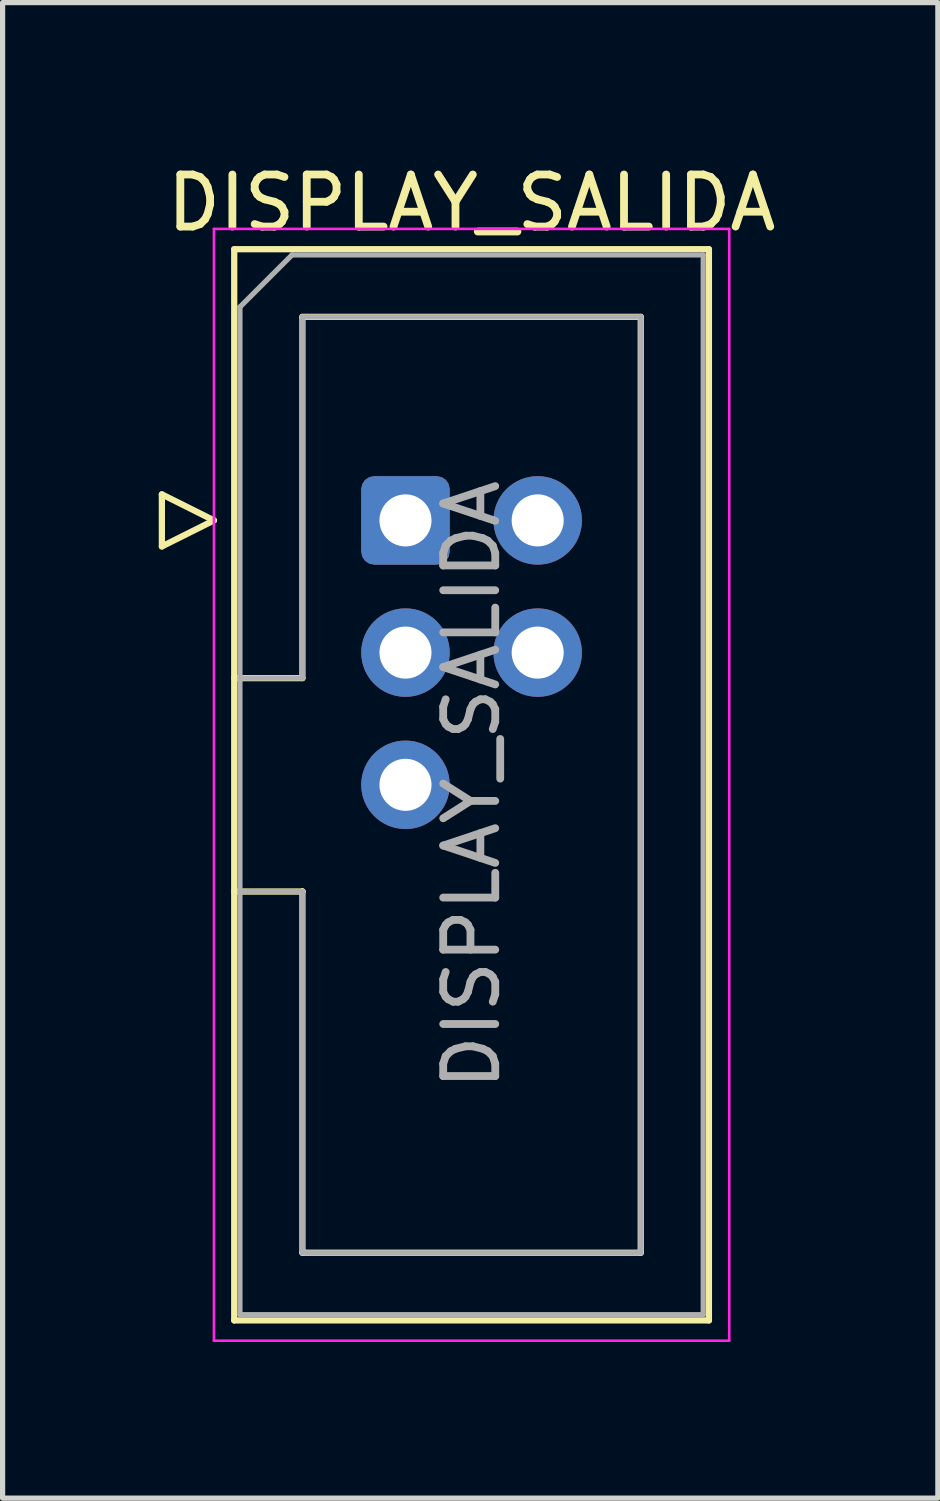
<source format=kicad_pcb>
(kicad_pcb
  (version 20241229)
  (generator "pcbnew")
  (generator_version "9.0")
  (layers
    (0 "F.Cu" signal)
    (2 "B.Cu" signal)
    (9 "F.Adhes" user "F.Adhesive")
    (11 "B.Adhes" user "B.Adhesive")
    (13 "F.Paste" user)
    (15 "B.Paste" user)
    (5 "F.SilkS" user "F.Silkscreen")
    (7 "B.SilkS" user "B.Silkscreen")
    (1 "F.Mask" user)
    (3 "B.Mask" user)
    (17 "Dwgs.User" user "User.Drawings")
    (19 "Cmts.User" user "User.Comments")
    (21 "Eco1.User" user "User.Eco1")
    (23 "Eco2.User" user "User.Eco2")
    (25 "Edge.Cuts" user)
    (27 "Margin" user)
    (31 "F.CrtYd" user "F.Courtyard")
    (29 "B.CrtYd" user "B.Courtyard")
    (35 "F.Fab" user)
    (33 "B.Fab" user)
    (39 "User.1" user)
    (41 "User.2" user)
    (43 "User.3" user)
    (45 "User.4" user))
  (footprint "DISPLAY_SALIDA"
    (layer "F.Cu")
    (at 4.74 6.948)
    (property "Reference" "DISPLAY_SALIDA" (at 1.27 -6.1 0) (layer "F.SilkS") (effects (font (size 1 1) (thickness 0.15))))
    (attr through_hole)
    (fp_line (start -4.68 -0.5) (end -4.68 0.5) (stroke (width 0.12) (type solid)) (layer "F.SilkS"))
    (fp_line (start -4.68 0.5) (end -3.68 0) (stroke (width 0.12) (type solid)) (layer "F.SilkS"))
    (fp_line (start -3.68 0) (end -4.68 -0.5) (stroke (width 0.12) (type solid)) (layer "F.SilkS"))
    (fp_line (start -3.29 -5.21) (end 5.83 -5.21) (stroke (width 0.12) (type solid)) (layer "F.SilkS"))
    (fp_line (start -3.29 3.03) (end -1.98 3.03) (stroke (width 0.12) (type solid)) (layer "F.SilkS"))
    (fp_line (start -3.29 15.37) (end -3.29 -5.21) (stroke (width 0.12) (type solid)) (layer "F.SilkS"))
    (fp_line (start -1.98 -3.91) (end 4.52 -3.91) (stroke (width 0.12) (type solid)) (layer "F.SilkS"))
    (fp_line (start -1.98 3.03) (end -1.98 -3.91) (stroke (width 0.12) (type solid)) (layer "F.SilkS"))
    (fp_line (start -1.98 7.13) (end -3.29 7.13) (stroke (width 0.12) (type solid)) (layer "F.SilkS"))
    (fp_line (start -1.98 7.13) (end -1.98 7.13) (stroke (width 0.12) (type solid)) (layer "F.SilkS"))
    (fp_line (start -1.98 14.07) (end -1.98 7.13) (stroke (width 0.12) (type solid)) (layer "F.SilkS"))
    (fp_line (start 4.52 -3.91) (end 4.52 14.07) (stroke (width 0.12) (type solid)) (layer "F.SilkS"))
    (fp_line (start 4.52 14.07) (end -1.98 14.07) (stroke (width 0.12) (type solid)) (layer "F.SilkS"))
    (fp_line (start 5.83 -5.21) (end 5.83 15.37) (stroke (width 0.12) (type solid)) (layer "F.SilkS"))
    (fp_line (start 5.83 15.37) (end -3.29 15.37) (stroke (width 0.12) (type solid)) (layer "F.SilkS"))
    (fp_line (start -3.68 -5.6) (end -3.68 15.76) (stroke (width 0.05) (type solid)) (layer "F.CrtYd"))
    (fp_line (start -3.68 15.76) (end 6.22 15.76) (stroke (width 0.05) (type solid)) (layer "F.CrtYd"))
    (fp_line (start 6.22 -5.6) (end -3.68 -5.6) (stroke (width 0.05) (type solid)) (layer "F.CrtYd"))
    (fp_line (start 6.22 15.76) (end 6.22 -5.6) (stroke (width 0.05) (type solid)) (layer "F.CrtYd"))
    (fp_line (start -3.18 -4.1) (end -2.18 -5.1) (stroke (width 0.1) (type solid)) (layer "F.Fab"))
    (fp_line (start -3.18 3.03) (end -1.98 3.03) (stroke (width 0.1) (type solid)) (layer "F.Fab"))
    (fp_line (start -3.18 15.26) (end -3.18 -4.1) (stroke (width 0.1) (type solid)) (layer "F.Fab"))
    (fp_line (start -2.18 -5.1) (end 5.72 -5.1) (stroke (width 0.1) (type solid)) (layer "F.Fab"))
    (fp_line (start -1.98 -3.91) (end 4.52 -3.91) (stroke (width 0.1) (type solid)) (layer "F.Fab"))
    (fp_line (start -1.98 3.03) (end -1.98 -3.91) (stroke (width 0.1) (type solid)) (layer "F.Fab"))
    (fp_line (start -1.98 7.13) (end -3.18 7.13) (stroke (width 0.1) (type solid)) (layer "F.Fab"))
    (fp_line (start -1.98 7.13) (end -1.98 7.13) (stroke (width 0.1) (type solid)) (layer "F.Fab"))
    (fp_line (start -1.98 14.07) (end -1.98 7.13) (stroke (width 0.1) (type solid)) (layer "F.Fab"))
    (fp_line (start 4.52 -3.91) (end 4.52 14.07) (stroke (width 0.1) (type solid)) (layer "F.Fab"))
    (fp_line (start 4.52 14.07) (end -1.98 14.07) (stroke (width 0.1) (type solid)) (layer "F.Fab"))
    (fp_line (start 5.72 -5.1) (end 5.72 15.26) (stroke (width 0.1) (type solid)) (layer "F.Fab"))
    (fp_line (start 5.72 15.26) (end -3.18 15.26) (stroke (width 0.1) (type solid)) (layer "F.Fab"))
    (fp_text user "${REFERENCE}" (at 1.27 5.08 90) (layer "F.Fab") (effects (font (size 1 1) (thickness 0.15))))
    (pad "1" thru_hole roundrect (at 0 0) (size 1.7 1.7) (drill 1) (layers "*.Cu" "*.Mask") (roundrect_rratio 0.147))
    (pad "2" thru_hole circle (at 2.54 0) (size 1.7 1.7) (drill 1) (layers "*.Cu" "*.Mask"))
    (pad "3" thru_hole circle (at 0 2.54) (size 1.7 1.7) (drill 1) (layers "*.Cu" "*.Mask"))
    (pad "4" thru_hole circle (at 2.54 2.54) (size 1.7 1.7) (drill 1) (layers "*.Cu" "*.Mask"))
    (pad "5" thru_hole circle (at 0 5.08) (size 1.7 1.7) (drill 1) (layers "*.Cu" "*.Mask")))
  (gr_rect
    (start -3 -3)
    (end 14.968 25.733)
    (stroke (width 0.1) (type default))
    (fill no)
    (layer "Edge.Cuts")))
</source>
